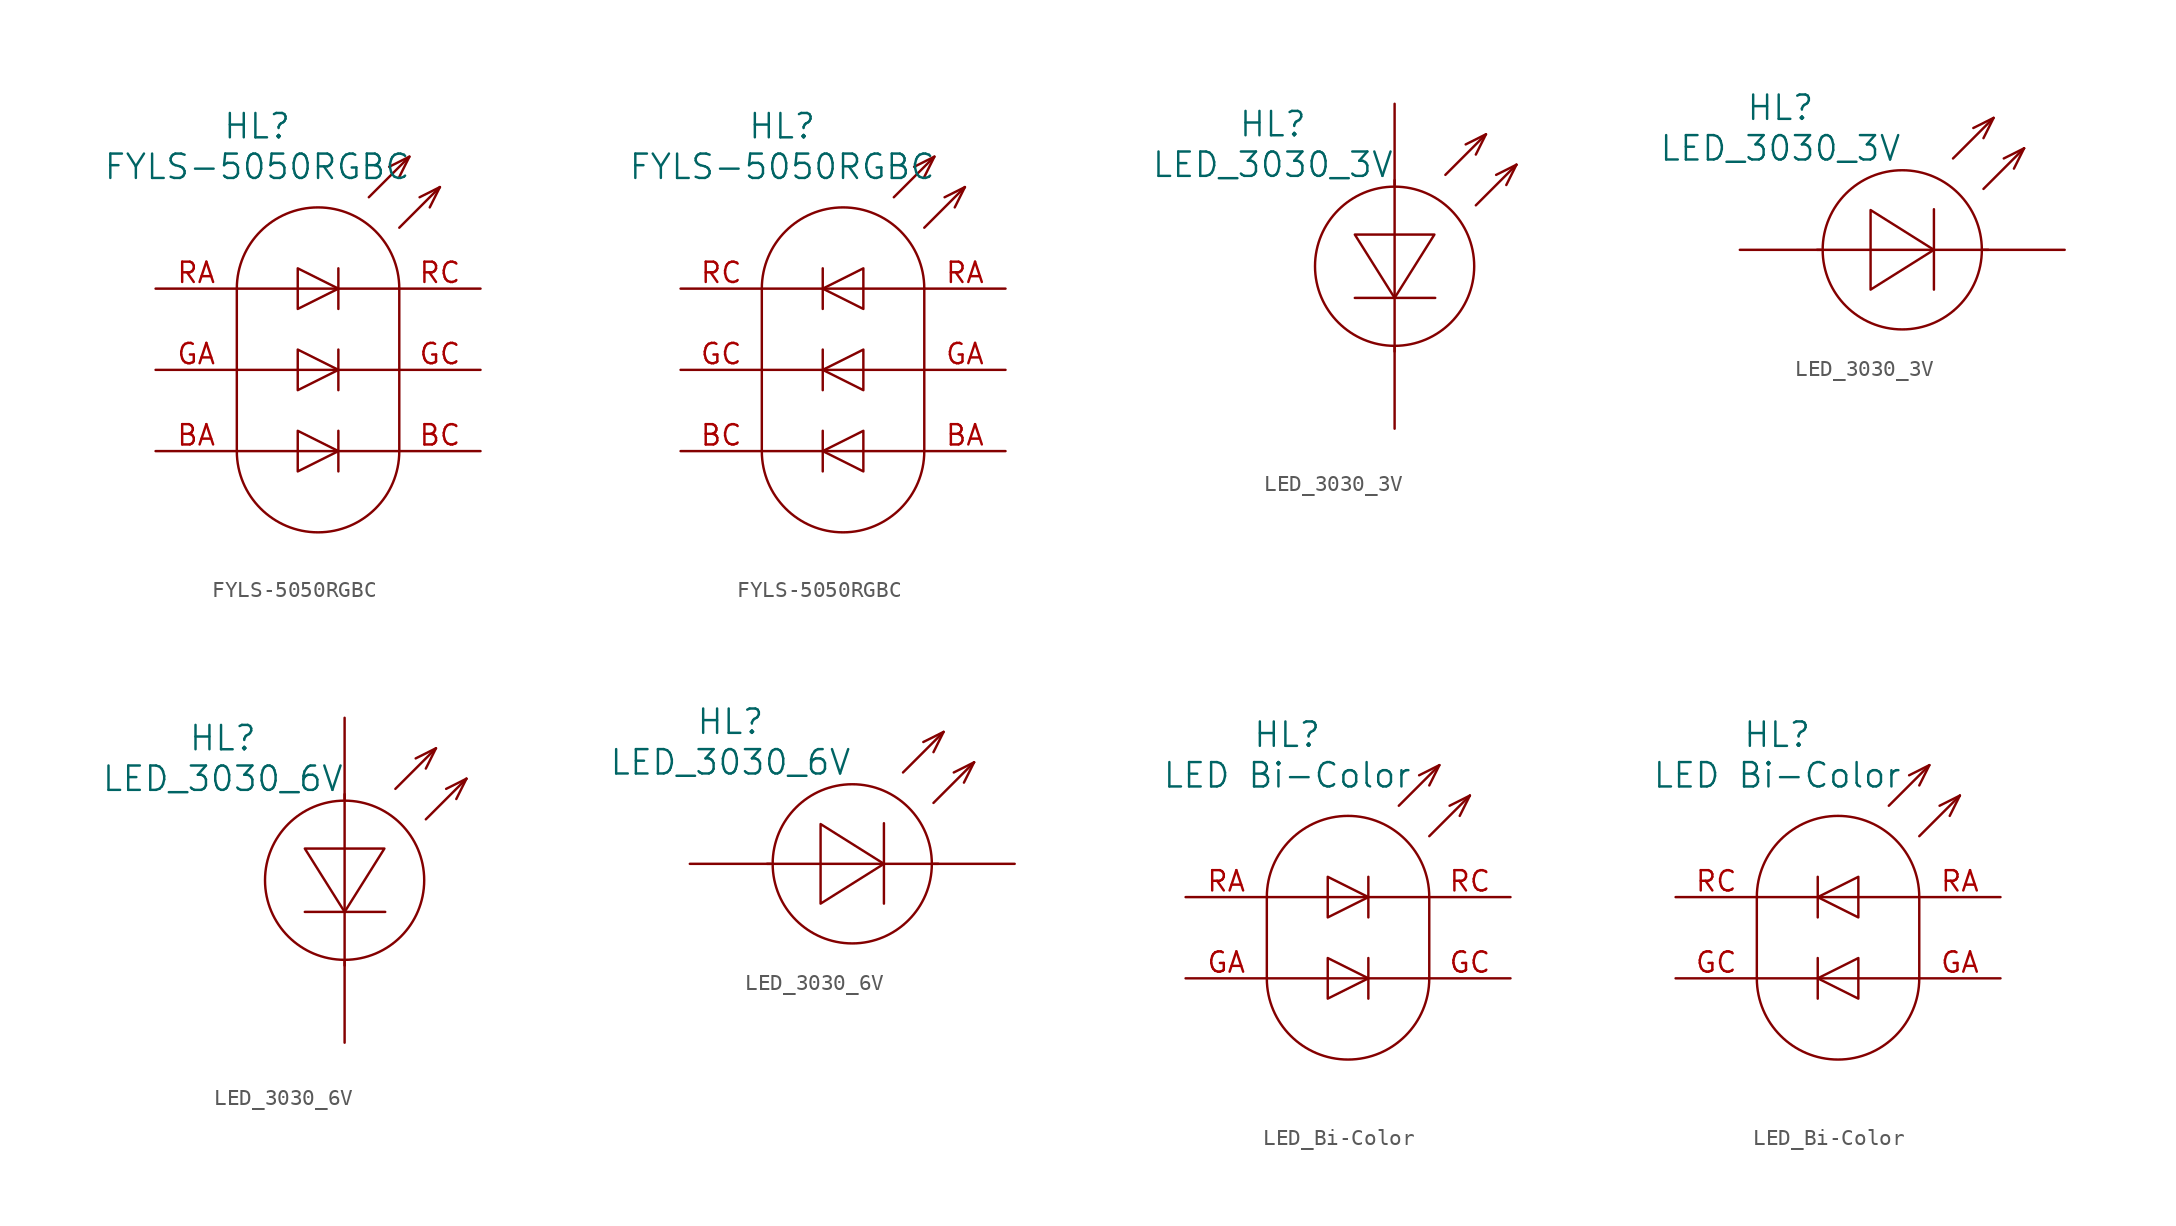
<source format=kicad_sym>
(kicad_symbol_lib
  (version 20220914)
  (generator kicad_symbol_editor)
  (symbol "FYLS-5050RGBC"
    (pin_names
      (offset 1.016) hide)
    (property "Reference" "HL"
      (at -3.81 15.24 0)
      (effects (font (size 1.524 1.524))))
    (property "Value" "FYLS-5050RGBC"
      (at -3.81 12.7 0)
      (effects (font (size 1.524 1.524))))
    (property "Datasheet" ""
      (at 5.08 -8.89 0)
      (effects (font (size 1.524 1.524))))
    (symbol "FYLS-5050RGBC_0_0"
      (arc (start -5.08 -5.08) (mid 0 -10.1379) (end 5.08 -5.08) (stroke (width 0) (type solid)) (fill (type none)))
      (polyline (pts (xy -5.08 5.08) (xy -5.08 -5.08)) (stroke (width 0) (type solid)) (fill (type none)))
      (polyline (pts (xy 5.08 -5.08) (xy 5.08 5.08)) (stroke (width 0) (type solid)) (fill (type background)))
      (polyline (pts (xy -5.08 -5.08) (xy 5.08 -5.08) (xy 5.08 -5.08)) (stroke (width 0) (type solid)) (fill (type none)))
      (polyline (pts (xy -5.08 0) (xy 5.08 0) (xy 5.08 0)) (stroke (width 0) (type solid)) (fill (type none)))
      (polyline (pts (xy -5.08 5.08) (xy 5.08 5.08) (xy 5.08 5.08)) (stroke (width 0) (type solid)) (fill (type none)))
      (polyline (pts (xy 3.175 10.795) (xy 5.715 13.335) (xy 5.715 13.335)) (stroke (width 0) (type solid)) (fill (type none)))
      (polyline (pts (xy 5.08 8.89) (xy 7.62 11.43) (xy 7.62 11.43)) (stroke (width 0) (type solid)) (fill (type none)))
      (polyline (pts (xy 7.62 11.43) (xy 6.35 10.795) (xy 6.35 10.795)) (stroke (width 0) (type solid)) (fill (type none)))
      (polyline (pts (xy 7.62 11.43) (xy 6.985 10.16) (xy 6.985 10.16)) (stroke (width 0) (type solid)) (fill (type none)))
      (polyline (pts (xy 5.08 12.065) (xy 5.715 13.335) (xy 4.445 12.7) (xy 4.445 12.7)) (stroke (width 0) (type solid)) (fill (type none)))
      (arc (start 5.08 5.08) (mid 0 10.1379) (end -5.08 5.08) (stroke (width 0) (type solid)) (fill (type none))))
    (symbol "FYLS-5050RGBC_0_1"
      (polyline (pts (xy 1.27 -3.81) (xy 1.27 -6.35) (xy 1.27 -6.35)) (stroke (width 0) (type solid)) (fill (type none)))
      (polyline (pts (xy 1.27 1.27) (xy 1.27 -1.27) (xy 1.27 -1.27)) (stroke (width 0) (type solid)) (fill (type none)))
      (polyline (pts (xy 1.27 6.35) (xy 1.27 3.81) (xy 1.27 3.81)) (stroke (width 0) (type solid)) (fill (type none)))
      (polyline (pts (xy -1.27 -3.81) (xy -1.27 -6.35) (xy 1.27 -5.08) (xy -1.27 -3.81) (xy -1.27 -3.81)) (stroke (width 0) (type solid)) (fill (type none)))
      (polyline (pts (xy -1.27 1.27) (xy -1.27 -1.27) (xy 1.27 0) (xy -1.27 1.27) (xy -1.27 1.27)) (stroke (width 0) (type solid)) (fill (type none)))
      (polyline (pts (xy -1.27 6.35) (xy -1.27 3.81) (xy 1.27 5.08) (xy -1.27 6.35) (xy -1.27 6.35)) (stroke (width 0) (type solid)) (fill (type none))))
    (symbol "FYLS-5050RGBC_0_2"
      (polyline (pts (xy -1.27 -3.81) (xy -1.27 -6.35) (xy -1.27 -6.35)) (stroke (width 0) (type solid)) (fill (type none)))
      (polyline (pts (xy -1.27 1.27) (xy -1.27 -1.27) (xy -1.27 -1.27)) (stroke (width 0) (type solid)) (fill (type none)))
      (polyline (pts (xy -1.27 6.35) (xy -1.27 3.81) (xy -1.27 3.81)) (stroke (width 0) (type solid)) (fill (type none)))
      (polyline (pts (xy 1.27 -3.81) (xy 1.27 -6.35) (xy -1.27 -5.08) (xy 1.27 -3.81) (xy 1.27 -3.81)) (stroke (width 0) (type solid)) (fill (type none)))
      (polyline (pts (xy 1.27 1.27) (xy 1.27 -1.27) (xy -1.27 0) (xy 1.27 1.27) (xy 1.27 1.27)) (stroke (width 0) (type solid)) (fill (type none)))
      (polyline (pts (xy 1.27 6.35) (xy 1.27 3.81) (xy -1.27 5.08) (xy 1.27 6.35) (xy 1.27 6.35)) (stroke (width 0) (type solid)) (fill (type none))))
    (symbol "FYLS-5050RGBC_1_1"
      (pin passive line (at -10.16 -5.08 0) (length 5.08) (name "~" (effects (font (size 1.27 1.27)))) (number "BA" (effects (font (size 1.27 1.27)))))
      (pin passive line (at 10.16 -5.08 180) (length 5.08) (name "B" (effects (font (size 1.27 1.27)))) (number "BC" (effects (font (size 1.27 1.27)))))
      (pin passive line (at -10.16 0 0) (length 5.08) (name "~" (effects (font (size 1.27 1.27)))) (number "GA" (effects (font (size 1.27 1.27)))))
      (pin passive line (at 10.16 0 180) (length 5.08) (name "G" (effects (font (size 1.27 1.27)))) (number "GC" (effects (font (size 1.27 1.27)))))
      (pin passive line (at -10.16 5.08 0) (length 5.08) (name "~" (effects (font (size 1.27 1.27)))) (number "RA" (effects (font (size 1.27 1.27)))))
      (pin passive line (at 10.16 5.08 180) (length 5.08) (name "~" (effects (font (size 1.27 1.27)))) (number "RC" (effects (font (size 1.27 1.27))))))
    (symbol "FYLS-5050RGBC_1_2"
      (pin passive line (at 10.16 -5.08 180) (length 5.08) (name "~" (effects (font (size 1.27 1.27)))) (number "BA" (effects (font (size 1.27 1.27)))))
      (pin passive line (at -10.16 -5.08 0) (length 5.08) (name "B" (effects (font (size 1.27 1.27)))) (number "BC" (effects (font (size 1.27 1.27)))))
      (pin passive line (at 10.16 0 180) (length 5.08) (name "~" (effects (font (size 1.27 1.27)))) (number "GA" (effects (font (size 1.27 1.27)))))
      (pin passive line (at -10.16 0 0) (length 5.08) (name "G" (effects (font (size 1.27 1.27)))) (number "GC" (effects (font (size 1.27 1.27)))))
      (pin passive line (at 10.16 5.08 180) (length 5.08) (name "~" (effects (font (size 1.27 1.27)))) (number "RA" (effects (font (size 1.27 1.27)))))
      (pin passive line (at -10.16 5.08 0) (length 5.08) (name "~" (effects (font (size 1.27 1.27)))) (number "RC" (effects (font (size 1.27 1.27)))))))
  (symbol "LED_3030_3V"
    (pin_numbers hide)
    (pin_names
      (offset 1.016) hide)
    (property "Reference" "HL"
      (at -7.62 8.89 0)
      (effects (font (size 1.524 1.524))))
    (property "Value" "LED_3030_3V"
      (at -7.62 6.35 0)
      (effects (font (size 1.524 1.524))))
    (property "Datasheet" ""
      (at -7.62 8.89 0)
      (effects (font (size 1.524 1.524))))
    (symbol "LED_3030_3V_0_0"
      (polyline (pts (xy 3.175 5.715) (xy 5.715 8.255) (xy 5.715 8.255)) (stroke (width 0) (type solid)) (fill (type none)))
      (polyline (pts (xy 5.08 3.81) (xy 7.62 6.35) (xy 7.62 6.35)) (stroke (width 0) (type solid)) (fill (type none)))
      (polyline (pts (xy 7.62 6.35) (xy 6.35 5.715) (xy 6.35 5.715)) (stroke (width 0) (type solid)) (fill (type none)))
      (polyline (pts (xy 7.62 6.35) (xy 6.985 5.08) (xy 6.985 5.08)) (stroke (width 0) (type solid)) (fill (type none)))
      (polyline (pts (xy 5.08 6.985) (xy 5.715 8.255) (xy 4.445 7.62) (xy 4.445 7.62)) (stroke (width 0) (type solid)) (fill (type none)))
      (circle (center 0 0) (radius 4.978) (stroke (width 0) (type solid)) (fill (type none))))
    (symbol "LED_3030_3V_0_1"
      (polyline (pts (xy 0 -5.334) (xy 0 5.385)) (stroke (width 0) (type solid)) (fill (type none)))
      (polyline (pts (xy -2.489 -1.981) (xy 2.489 -1.981) (xy 2.54 -1.981)) (stroke (width 0) (type solid)) (fill (type none)))
      (polyline (pts (xy 0 -1.981) (xy -2.489 1.981) (xy 2.489 1.981) (xy 0 -1.981)) (stroke (width 0) (type solid)) (fill (type none))))
    (symbol "LED_3030_3V_0_2"
      (polyline (pts (xy -5.334 0) (xy 5.385 0)) (stroke (width 0) (type solid)) (fill (type none)))
      (polyline (pts (xy 1.981 -2.489) (xy 1.981 2.489) (xy 1.981 2.54)) (stroke (width 0) (type solid)) (fill (type none)))
      (polyline (pts (xy 1.981 0) (xy -1.981 -2.489) (xy -1.981 2.489) (xy 1.981 0)) (stroke (width 0) (type solid)) (fill (type none))))
    (symbol "LED_3030_3V_1_1"
      (pin passive line (at 0 10.16 270) (length 5.08) (name "A" (effects (font (size 1.27 1.27)))) (number "A" (effects (font (size 1.27 1.27)))))
      (pin passive line (at 0 -10.16 90) (length 5.08) (name "C" (effects (font (size 1.27 1.27)))) (number "C" (effects (font (size 1.27 1.27))))))
    (symbol "LED_3030_3V_1_2"
      (pin passive line (at -10.16 0 0) (length 5.08) (name "A" (effects (font (size 1.27 1.27)))) (number "A" (effects (font (size 1.27 1.27)))))
      (pin passive line (at 10.16 0 180) (length 5.08) (name "C" (effects (font (size 1.27 1.27)))) (number "C" (effects (font (size 1.27 1.27)))))))
  (symbol "LED_3030_6V"
    (pin_numbers hide)
    (pin_names
      (offset 1.016) hide)
    (property "Reference" "HL"
      (at -7.62 8.89 0)
      (effects (font (size 1.524 1.524))))
    (property "Value" "LED_3030_6V"
      (at -7.62 6.35 0)
      (effects (font (size 1.524 1.524))))
    (property "Datasheet" ""
      (at -7.62 8.89 0)
      (effects (font (size 1.524 1.524))))
    (symbol "LED_3030_6V_0_0"
      (polyline (pts (xy 3.175 5.715) (xy 5.715 8.255) (xy 5.715 8.255)) (stroke (width 0) (type solid)) (fill (type none)))
      (polyline (pts (xy 5.08 3.81) (xy 7.62 6.35) (xy 7.62 6.35)) (stroke (width 0) (type solid)) (fill (type none)))
      (polyline (pts (xy 7.62 6.35) (xy 6.35 5.715) (xy 6.35 5.715)) (stroke (width 0) (type solid)) (fill (type none)))
      (polyline (pts (xy 7.62 6.35) (xy 6.985 5.08) (xy 6.985 5.08)) (stroke (width 0) (type solid)) (fill (type none)))
      (polyline (pts (xy 5.08 6.985) (xy 5.715 8.255) (xy 4.445 7.62) (xy 4.445 7.62)) (stroke (width 0) (type solid)) (fill (type none)))
      (circle (center 0 0) (radius 4.978) (stroke (width 0) (type solid)) (fill (type none))))
    (symbol "LED_3030_6V_0_1"
      (polyline (pts (xy 0 -5.334) (xy 0 5.385)) (stroke (width 0) (type solid)) (fill (type none)))
      (polyline (pts (xy -2.489 -1.981) (xy 2.489 -1.981) (xy 2.54 -1.981)) (stroke (width 0) (type solid)) (fill (type none)))
      (polyline (pts (xy 0 -1.981) (xy -2.489 1.981) (xy 2.489 1.981) (xy 0 -1.981)) (stroke (width 0) (type solid)) (fill (type none))))
    (symbol "LED_3030_6V_0_2"
      (polyline (pts (xy -5.334 0) (xy 5.385 0)) (stroke (width 0) (type solid)) (fill (type none)))
      (polyline (pts (xy 1.981 -2.489) (xy 1.981 2.489) (xy 1.981 2.54)) (stroke (width 0) (type solid)) (fill (type none)))
      (polyline (pts (xy 1.981 0) (xy -1.981 -2.489) (xy -1.981 2.489) (xy 1.981 0)) (stroke (width 0) (type solid)) (fill (type none))))
    (symbol "LED_3030_6V_1_1"
      (pin passive line (at 0 10.16 270) (length 5.08) (name "A" (effects (font (size 1.27 1.27)))) (number "A" (effects (font (size 1.27 1.27)))))
      (pin passive line (at 0 -10.16 90) (length 5.08) (name "C" (effects (font (size 1.27 1.27)))) (number "C" (effects (font (size 1.27 1.27))))))
    (symbol "LED_3030_6V_1_2"
      (pin passive line (at -10.16 0 0) (length 5.08) (name "A" (effects (font (size 1.27 1.27)))) (number "A" (effects (font (size 1.27 1.27)))))
      (pin passive line (at 10.16 0 180) (length 5.08) (name "C" (effects (font (size 1.27 1.27)))) (number "C" (effects (font (size 1.27 1.27)))))))
  (symbol "LED_Bi-Color"
    (pin_names
      (offset 1.016) hide)
    (property "Reference" "HL"
      (at -3.81 12.7 0)
      (effects (font (size 1.524 1.524))))
    (property "Value" "LED Bi-Color"
      (at -3.81 10.16 0)
      (effects (font (size 1.524 1.524))))
    (property "Datasheet" ""
      (at 5.08 -8.89 0)
      (effects (font (size 1.524 1.524))))
    (symbol "LED_Bi-Color_0_0"
      (arc (start -5.08 -2.54) (mid 0 -7.5979) (end 5.08 -2.54) (stroke (width 0) (type solid)) (fill (type none)))
      (polyline (pts (xy -5.08 2.54) (xy -5.08 -2.54)) (stroke (width 0) (type solid)) (fill (type none)))
      (polyline (pts (xy 5.08 -2.54) (xy 5.08 2.54)) (stroke (width 0) (type solid)) (fill (type background)))
      (polyline (pts (xy -5.08 -2.54) (xy 5.08 -2.54) (xy 5.08 -2.54)) (stroke (width 0) (type solid)) (fill (type none)))
      (polyline (pts (xy -5.08 2.54) (xy 5.08 2.54) (xy 5.08 2.54)) (stroke (width 0) (type solid)) (fill (type none)))
      (polyline (pts (xy 3.175 8.255) (xy 5.715 10.795) (xy 5.715 10.795)) (stroke (width 0) (type solid)) (fill (type none)))
      (polyline (pts (xy 5.08 6.35) (xy 7.62 8.89) (xy 7.62 8.89)) (stroke (width 0) (type solid)) (fill (type none)))
      (polyline (pts (xy 7.62 8.89) (xy 6.35 8.255) (xy 6.35 8.255)) (stroke (width 0) (type solid)) (fill (type none)))
      (polyline (pts (xy 7.62 8.89) (xy 6.985 7.62) (xy 6.985 7.62)) (stroke (width 0) (type solid)) (fill (type none)))
      (polyline (pts (xy 5.08 9.525) (xy 5.715 10.795) (xy 4.445 10.16) (xy 4.445 10.16)) (stroke (width 0) (type solid)) (fill (type none)))
      (arc (start 5.08 2.54) (mid 0 7.5979) (end -5.08 2.54) (stroke (width 0) (type solid)) (fill (type none))))
    (symbol "LED_Bi-Color_0_1"
      (polyline (pts (xy 1.27 -1.27) (xy 1.27 -3.81) (xy 1.27 -3.81)) (stroke (width 0) (type solid)) (fill (type none)))
      (polyline (pts (xy 1.27 3.81) (xy 1.27 1.27) (xy 1.27 1.27)) (stroke (width 0) (type solid)) (fill (type none)))
      (polyline (pts (xy -1.27 -1.27) (xy -1.27 -3.81) (xy 1.27 -2.54) (xy -1.27 -1.27) (xy -1.27 -1.27)) (stroke (width 0) (type solid)) (fill (type none)))
      (polyline (pts (xy -1.27 3.81) (xy -1.27 1.27) (xy 1.27 2.54) (xy -1.27 3.81) (xy -1.27 3.81)) (stroke (width 0) (type solid)) (fill (type none))))
    (symbol "LED_Bi-Color_0_2"
      (polyline (pts (xy -1.27 -1.27) (xy -1.27 -3.81) (xy -1.27 -3.81)) (stroke (width 0) (type solid)) (fill (type none)))
      (polyline (pts (xy -1.27 3.81) (xy -1.27 1.27) (xy -1.27 1.27)) (stroke (width 0) (type solid)) (fill (type none)))
      (polyline (pts (xy 1.27 -1.27) (xy 1.27 -3.81) (xy -1.27 -2.54) (xy 1.27 -1.27) (xy 1.27 -1.27)) (stroke (width 0) (type solid)) (fill (type none)))
      (polyline (pts (xy 1.27 3.81) (xy 1.27 1.27) (xy -1.27 2.54) (xy 1.27 3.81) (xy 1.27 3.81)) (stroke (width 0) (type solid)) (fill (type none))))
    (symbol "LED_Bi-Color_1_1"
      (pin passive line (at -10.16 -2.54 0) (length 5.08) (name "~" (effects (font (size 1.27 1.27)))) (number "GA" (effects (font (size 1.27 1.27)))))
      (pin passive line (at 10.16 -2.54 180) (length 5.08) (name "G" (effects (font (size 1.27 1.27)))) (number "GC" (effects (font (size 1.27 1.27)))))
      (pin passive line (at -10.16 2.54 0) (length 5.08) (name "~" (effects (font (size 1.27 1.27)))) (number "RA" (effects (font (size 1.27 1.27)))))
      (pin passive line (at 10.16 2.54 180) (length 5.08) (name "~" (effects (font (size 1.27 1.27)))) (number "RC" (effects (font (size 1.27 1.27))))))
    (symbol "LED_Bi-Color_1_2"
      (pin passive line (at 10.16 -2.54 180) (length 5.08) (name "~" (effects (font (size 1.27 1.27)))) (number "GA" (effects (font (size 1.27 1.27)))))
      (pin passive line (at -10.16 -2.54 0) (length 5.08) (name "G" (effects (font (size 1.27 1.27)))) (number "GC" (effects (font (size 1.27 1.27)))))
      (pin passive line (at 10.16 2.54 180) (length 5.08) (name "~" (effects (font (size 1.27 1.27)))) (number "RA" (effects (font (size 1.27 1.27)))))
      (pin passive line (at -10.16 2.54 0) (length 5.08) (name "~" (effects (font (size 1.27 1.27)))) (number "RC" (effects (font (size 1.27 1.27))))))))
</source>
